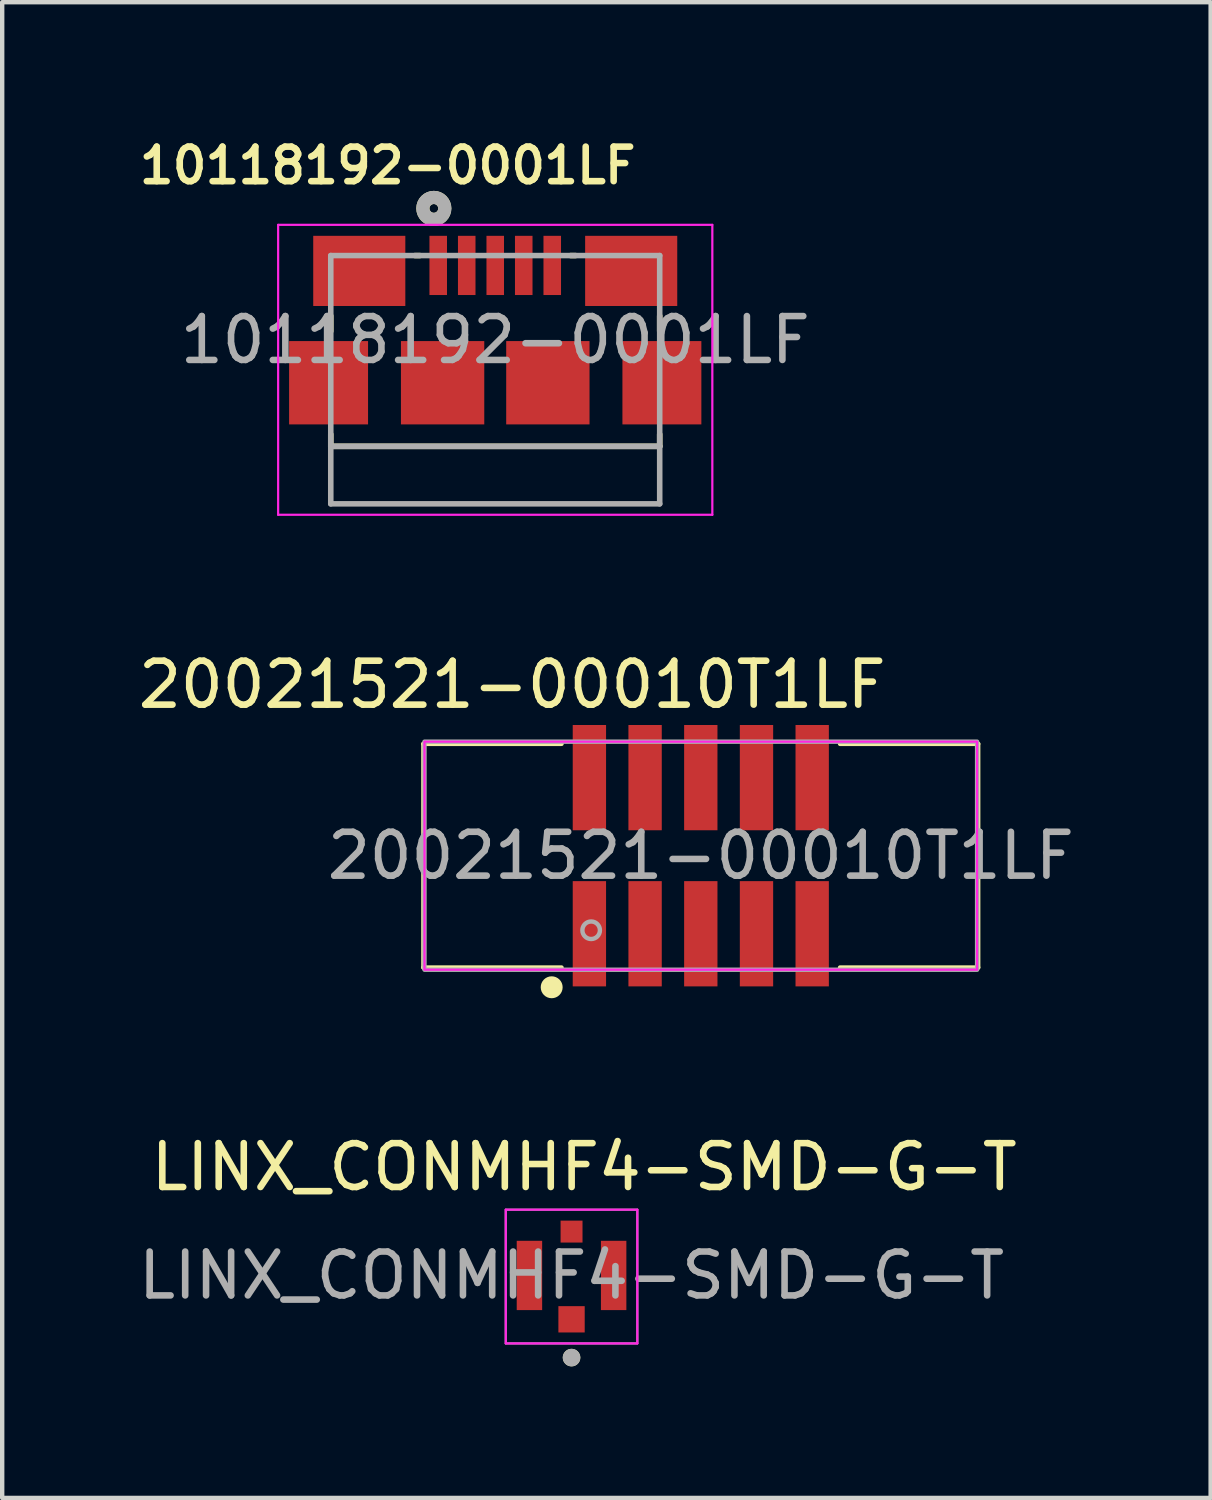
<source format=kicad_pcb>
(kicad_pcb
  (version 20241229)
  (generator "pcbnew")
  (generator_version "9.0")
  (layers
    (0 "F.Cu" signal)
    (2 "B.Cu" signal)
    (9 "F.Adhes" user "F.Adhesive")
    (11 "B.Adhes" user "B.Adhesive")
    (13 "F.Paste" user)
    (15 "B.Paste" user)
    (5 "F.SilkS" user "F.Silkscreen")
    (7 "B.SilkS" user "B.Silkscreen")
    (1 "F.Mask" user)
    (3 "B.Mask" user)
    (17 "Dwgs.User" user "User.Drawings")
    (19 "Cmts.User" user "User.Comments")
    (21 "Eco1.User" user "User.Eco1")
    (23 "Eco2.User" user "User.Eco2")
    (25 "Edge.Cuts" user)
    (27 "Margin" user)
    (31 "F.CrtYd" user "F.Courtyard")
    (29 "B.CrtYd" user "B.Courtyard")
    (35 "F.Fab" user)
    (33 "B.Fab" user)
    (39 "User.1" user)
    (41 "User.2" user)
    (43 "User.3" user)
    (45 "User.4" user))
  (footprint "20021521-00010T1LF"
    (layer "F.Cu")
    (at 12.929 16.461)
    (property "Reference" "20021521-00010T1LF" (at -4.3 -3.9 180) (layer "F.SilkS") (effects (font (size 1.001 1.001) (thickness 0.15))))
    (attr smd)
    (fp_line (start -6.325 -2.55) (end -6.325 2.55) (stroke (width 0.1) (type solid)) (layer "F.SilkS"))
    (fp_line (start -3.175 -2.55) (end -6.325 -2.55) (stroke (width 0.1) (type solid)) (layer "F.SilkS"))
    (fp_line (start -3.175 2.55) (end -6.325 2.55) (stroke (width 0.1) (type solid)) (layer "F.SilkS"))
    (fp_line (start 3.175 2.55) (end 6.325 2.55) (stroke (width 0.1) (type solid)) (layer "F.SilkS"))
    (fp_line (start 6.325 -2.55) (end 3.175 -2.55) (stroke (width 0.1) (type solid)) (layer "F.SilkS"))
    (fp_line (start 6.325 2.55) (end 6.325 -2.55) (stroke (width 0.1) (type solid)) (layer "F.SilkS"))
    (fp_circle (center -3.4 3) (end -3.2 3) (stroke (width 0.1) (type solid)) (fill yes) (layer "F.SilkS"))
    (fp_rect (start -6.3 -2.6) (end 6.3 2.6) (stroke (width 0.05) (type default)) (fill no) (layer "F.CrtYd"))
    (fp_rect (start -6.3 -2.6) (end 6.3 2.6) (stroke (width 0.1) (type default)) (fill no) (layer "F.Fab"))
    (fp_circle (center -2.5 1.7) (end -2.3 1.7) (stroke (width 0.1) (type solid)) (fill no) (layer "F.Fab"))
    (fp_text user "${REFERENCE}" (at 0 0 0) (unlocked yes) (layer "F.Fab") (effects (font (size 1 1) (thickness 0.15))))
    (pad "1" smd rect (at -2.54 1.78) (size 0.76 2.4) (layers "F.Cu" "F.Mask" "F.Paste"))
    (pad "2" smd rect (at -2.54 -1.78) (size 0.76 2.4) (layers "F.Cu" "F.Mask" "F.Paste"))
    (pad "3" smd rect (at -1.27 1.78) (size 0.76 2.4) (layers "F.Cu" "F.Mask" "F.Paste"))
    (pad "4" smd rect (at -1.27 -1.78) (size 0.76 2.4) (layers "F.Cu" "F.Mask" "F.Paste"))
    (pad "5" smd rect (at 0 1.78) (size 0.76 2.4) (layers "F.Cu" "F.Mask" "F.Paste"))
    (pad "6" smd rect (at 0 -1.78) (size 0.76 2.4) (layers "F.Cu" "F.Mask" "F.Paste"))
    (pad "7" smd rect (at 1.27 1.78) (size 0.76 2.4) (layers "F.Cu" "F.Mask" "F.Paste"))
    (pad "8" smd rect (at 1.27 -1.78) (size 0.76 2.4) (layers "F.Cu" "F.Mask" "F.Paste"))
    (pad "9" smd rect (at 2.54 1.78) (size 0.76 2.4) (layers "F.Cu" "F.Mask" "F.Paste"))
    (pad "10" smd rect (at 2.54 -1.78) (size 0.76 2.4) (layers "F.Cu" "F.Mask" "F.Paste")))
  (footprint "10118192-0001LF"
    (layer "F.Cu")
    (at 8.242 4.302)
    (property "Reference" "10118192-0001LF" (at -2.453 -3.578 0) (layer "F.SilkS") (effects (font (size 0.787 0.787) (thickness 0.15))))
    (attr smd)
    (fp_line (start -3.75 -0.15) (end -3.75 0.2) (stroke (width 0.127) (type solid)) (layer "F.SilkS"))
    (fp_line (start -3.75 2.55) (end -3.75 2.825) (stroke (width 0.127) (type solid)) (layer "F.SilkS"))
    (fp_line (start -3.75 2.825) (end 3.75 2.825) (stroke (width 0.127) (type solid)) (layer "F.SilkS"))
    (fp_line (start -1.83 -1.525) (end -1.72 -1.525) (stroke (width 0.127) (type solid)) (layer "F.SilkS"))
    (fp_line (start 1.72 -1.525) (end 1.83 -1.525) (stroke (width 0.127) (type solid)) (layer "F.SilkS"))
    (fp_line (start 3.75 -0.15) (end 3.75 0.2) (stroke (width 0.127) (type solid)) (layer "F.SilkS"))
    (fp_line (start 3.75 2.825) (end 3.75 2.55) (stroke (width 0.127) (type solid)) (layer "F.SilkS"))
    (fp_circle (center -1.4 -2.6) (end -1.3 -2.6) (stroke (width 0.3) (type solid)) (fill no) (layer "F.SilkS"))
    (fp_line (start -4.95 -2.225) (end 4.95 -2.225) (stroke (width 0.05) (type solid)) (layer "F.CrtYd"))
    (fp_line (start -4.95 4.386) (end -4.95 -2.225) (stroke (width 0.05) (type solid)) (layer "F.CrtYd"))
    (fp_line (start 4.95 -2.225) (end 4.95 4.386) (stroke (width 0.05) (type solid)) (layer "F.CrtYd"))
    (fp_line (start 4.95 4.386) (end -4.95 4.386) (stroke (width 0.05) (type solid)) (layer "F.CrtYd"))
    (fp_line (start -3.75 -1.525) (end 3.75 -1.525) (stroke (width 0.127) (type solid)) (layer "F.Fab"))
    (fp_line (start -3.75 2.825) (end -3.75 -1.525) (stroke (width 0.127) (type solid)) (layer "F.Fab"))
    (fp_line (start -3.75 4.136) (end -3.75 2.825) (stroke (width 0.127) (type solid)) (layer "F.Fab"))
    (fp_line (start 3.75 -1.525) (end 3.75 2.825) (stroke (width 0.127) (type solid)) (layer "F.Fab"))
    (fp_line (start 3.75 2.825) (end -3.75 2.825) (stroke (width 0.127) (type solid)) (layer "F.Fab"))
    (fp_line (start 3.75 2.825) (end 3.75 4.136) (stroke (width 0.127) (type solid)) (layer "F.Fab"))
    (fp_line (start 3.75 4.136) (end -3.75 4.136) (stroke (width 0.127) (type solid)) (layer "F.Fab"))
    (fp_circle (center -1.4 -2.6) (end -1.3 -2.6) (stroke (width 0.3) (type solid)) (fill no) (layer "F.Fab"))
    (fp_text user "${REFERENCE}" (at 0 0.4 0) (unlocked yes) (layer "F.Fab") (effects (font (size 1 1) (thickness 0.15))))
    (pad "1" smd rect (at -1.3 -1.3) (size 0.4 1.35) (layers "F.Cu" "F.Mask" "F.Paste"))
    (pad "2" smd rect (at -0.65 -1.3) (size 0.4 1.35) (layers "F.Cu" "F.Mask" "F.Paste"))
    (pad "3" smd rect (at 0 -1.3) (size 0.4 1.35) (layers "F.Cu" "F.Mask" "F.Paste"))
    (pad "4" smd rect (at 0.65 -1.3) (size 0.4 1.35) (layers "F.Cu" "F.Mask" "F.Paste"))
    (pad "5" smd rect (at 1.3 -1.3) (size 0.4 1.35) (layers "F.Cu" "F.Mask" "F.Paste"))
    (pad "SH1" smd rect (at -3.1 -1.175) (size 2.1 1.6) (layers "F.Cu" "F.Mask" "F.Paste"))
    (pad "SH2" smd rect (at 3.1 -1.175) (size 2.1 1.6) (layers "F.Cu" "F.Mask" "F.Paste"))
    (pad "SH3" smd rect (at -3.8 1.375) (size 1.8 1.9) (layers "F.Cu" "F.Mask" "F.Paste"))
    (pad "SH4" smd rect (at -1.2 1.375) (size 1.9 1.9) (layers "F.Cu" "F.Mask" "F.Paste"))
    (pad "SH5" smd rect (at 1.2 1.375) (size 1.9 1.9) (layers "F.Cu" "F.Mask" "F.Paste"))
    (pad "SH6" smd rect (at 3.8 1.375) (size 1.8 1.9) (layers "F.Cu" "F.Mask" "F.Paste")))
  (footprint "LINX_CONMHF4-SMD-G-T"
    (layer "F.Cu")
    (at 9.982 26.032)
    (property "Reference" "LINX_CONMHF4-SMD-G-T" (at 0.288 -2.472 0) (layer "F.SilkS") (effects (font (size 1 1) (thickness 0.15))))
    (attr smd)
    (fp_circle (center 0 1.873) (end 0.1 1.873) (stroke (width 0.2) (type solid)) (fill no) (layer "F.SilkS"))
    (fp_line (start -1.5 -1.5) (end -1.5 1.55) (stroke (width 0.05) (type solid)) (layer "F.CrtYd"))
    (fp_line (start -1.5 1.55) (end 1.5 1.55) (stroke (width 0.05) (type solid)) (layer "F.CrtYd"))
    (fp_line (start 1.5 -1.5) (end -1.5 -1.5) (stroke (width 0.05) (type solid)) (layer "F.CrtYd"))
    (fp_line (start 1.5 1.55) (end 1.5 -1.5) (stroke (width 0.05) (type solid)) (layer "F.CrtYd"))
    (fp_rect (start -1.5 -1.5) (end 1.5 1.55) (stroke (width 0.05) (type default)) (fill no) (layer "F.Fab"))
    (fp_circle (center 0 1.873) (end 0.1 1.873) (stroke (width 0.2) (type solid)) (fill no) (layer "F.Fab"))
    (fp_text user "${REFERENCE}" (at 0 0 0) (unlocked yes) (layer "F.Fab") (effects (font (size 1 1) (thickness 0.15))))
    (pad "1" smd rect (at 0 1) (size 0.6 0.6) (layers "F.Cu" "F.Mask" "F.Paste"))
    (pad "S1" smd rect (at -0.96 0) (size 0.58 1.58) (layers "F.Cu" "F.Mask" "F.Paste"))
    (pad "S2" smd rect (at 0 -1) (size 0.5 0.5) (layers "F.Cu" "F.Mask" "F.Paste"))
    (pad "S3" smd rect (at 0.96 0) (size 0.58 1.58) (layers "F.Cu" "F.Mask" "F.Paste")))
  (gr_rect
    (start -3 -3)
    (end 24.554 31.105)
    (stroke (width 0.1) (type default))
    (fill no)
    (layer "Edge.Cuts")))
</source>
